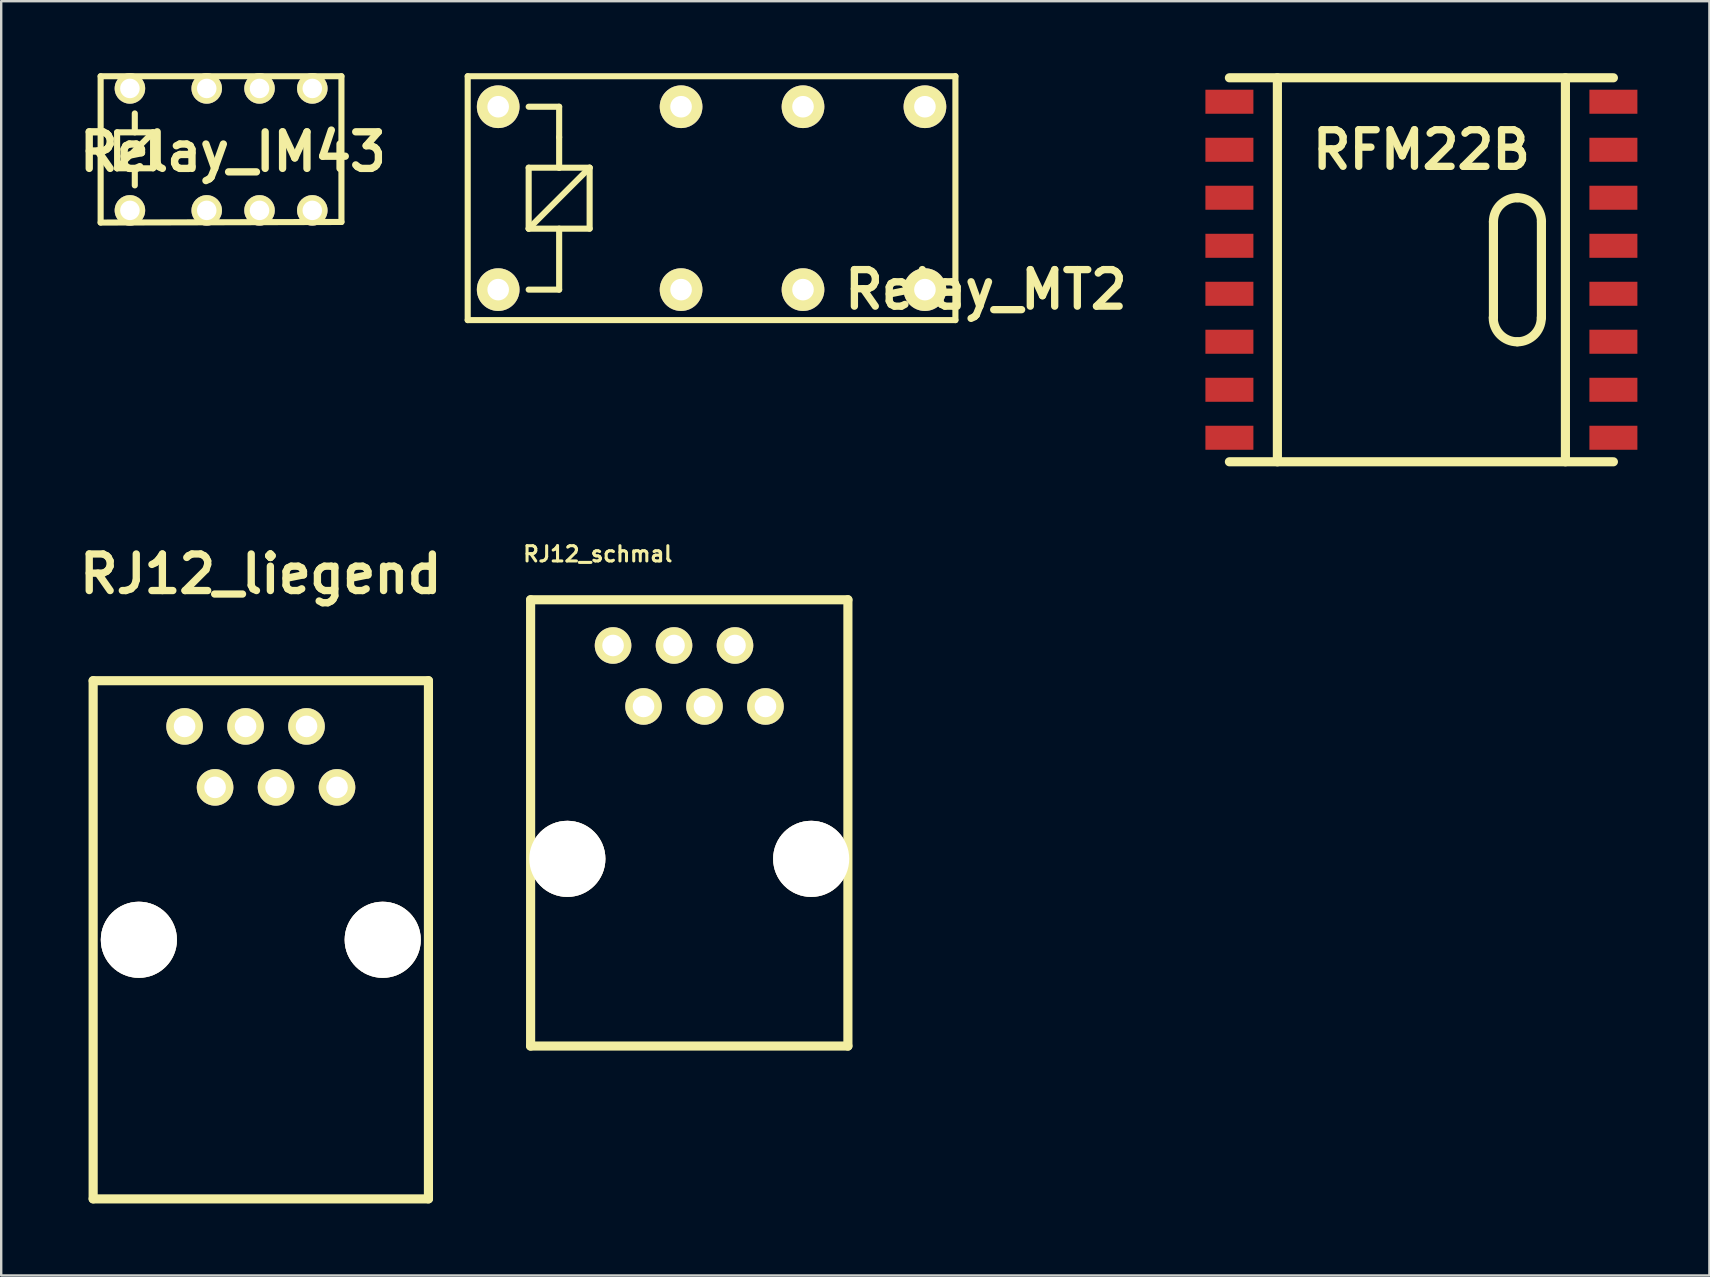
<source format=kicad_pcb>
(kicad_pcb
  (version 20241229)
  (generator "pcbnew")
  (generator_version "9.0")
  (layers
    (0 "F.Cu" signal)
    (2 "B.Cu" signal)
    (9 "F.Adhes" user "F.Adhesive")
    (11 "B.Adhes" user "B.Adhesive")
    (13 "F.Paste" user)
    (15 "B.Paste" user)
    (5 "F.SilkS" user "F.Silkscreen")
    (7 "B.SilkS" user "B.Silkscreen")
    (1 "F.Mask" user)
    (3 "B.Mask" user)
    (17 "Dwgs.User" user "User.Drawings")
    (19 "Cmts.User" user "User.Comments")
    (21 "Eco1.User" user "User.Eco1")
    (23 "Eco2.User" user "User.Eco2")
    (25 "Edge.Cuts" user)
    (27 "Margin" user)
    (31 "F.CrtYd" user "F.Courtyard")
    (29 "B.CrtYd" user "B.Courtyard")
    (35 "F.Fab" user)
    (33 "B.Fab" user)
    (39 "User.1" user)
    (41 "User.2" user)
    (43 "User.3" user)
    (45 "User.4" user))
  (footprint "RFM22B"
    (layer "F.Cu")
    (at 48.173 16.19)
    (property "Reference" "RFM22B" (at 8.001 -13 0) (layer "F.SilkS") (effects (font (size 1.524 1.524) (thickness 0.305))))
    (attr through_hole)
    (fp_line (start 0 -15.999) (end 15.999 -15.999) (stroke (width 0.381) (type solid)) (layer "F.SilkS"))
    (fp_line (start 1.999 0) (end 1.999 -15.999) (stroke (width 0.381) (type solid)) (layer "F.SilkS"))
    (fp_line (start 11.001 -10) (end 11.001 -5.999) (stroke (width 0.381) (type solid)) (layer "F.SilkS"))
    (fp_line (start 13 -10) (end 13 -5.999) (stroke (width 0.381) (type solid)) (layer "F.SilkS"))
    (fp_line (start 14 -15.999) (end 14 0) (stroke (width 0.381) (type solid)) (layer "F.SilkS"))
    (fp_line (start 15.999 0) (end 0 0) (stroke (width 0.381) (type solid)) (layer "F.SilkS"))
    (fp_arc (start 11.00074 -9.99998) (mid 11.293856 -10.707624) (end 12.0015 -11.00074) (stroke (width 0.381) (type solid)) (layer "F.SilkS"))
    (fp_arc (start 11.99388 -4.99872) (mid 11.286236 -5.291836) (end 10.99312 -5.99948) (stroke (width 0.381) (type solid)) (layer "F.SilkS"))
    (fp_arc (start 12.0015 -11.00074) (mid 12.709144 -10.707624) (end 13.00226 -9.99998) (stroke (width 0.381) (type solid)) (layer "F.SilkS"))
    (fp_arc (start 12.99464 -5.99948) (mid 12.701524 -5.291836) (end 11.99388 -4.99872) (stroke (width 0.381) (type solid)) (layer "F.SilkS"))
    (pad "1" smd rect (at 15.999 -1.001) (size 1.999 1.001) (layers "F.Cu" "F.Mask" "F.Paste"))
    (pad "2" smd rect (at 15.999 -3) (size 1.999 1.001) (layers "F.Cu" "F.Mask" "F.Paste"))
    (pad "3" smd rect (at 15.999 -5.001) (size 1.999 1.001) (layers "F.Cu" "F.Mask" "F.Paste"))
    (pad "4" smd rect (at 15.999 -7) (size 1.999 1.001) (layers "F.Cu" "F.Mask" "F.Paste"))
    (pad "5" smd rect (at 15.999 -8.999) (size 1.999 1.001) (layers "F.Cu" "F.Mask" "F.Paste"))
    (pad "6" smd rect (at 15.999 -11.001) (size 1.999 1.001) (layers "F.Cu" "F.Mask" "F.Paste"))
    (pad "7" smd rect (at 15.999 -13) (size 1.999 1.001) (layers "F.Cu" "F.Mask" "F.Paste"))
    (pad "8" smd rect (at 15.999 -15.001) (size 1.999 1.001) (layers "F.Cu" "F.Mask" "F.Paste"))
    (pad "9" smd rect (at 0 -15.001) (size 1.999 1.001) (layers "F.Cu" "F.Mask" "F.Paste"))
    (pad "10" smd rect (at 0 -13) (size 1.999 1.001) (layers "F.Cu" "F.Mask" "F.Paste"))
    (pad "11" smd rect (at 0 -11.001) (size 1.999 1.001) (layers "F.Cu" "F.Mask" "F.Paste"))
    (pad "12" smd rect (at 0 -8.999) (size 1.999 1.001) (layers "F.Cu" "F.Mask" "F.Paste"))
    (pad "13" smd rect (at 0 -7) (size 1.999 1.001) (layers "F.Cu" "F.Mask" "F.Paste"))
    (pad "14" smd rect (at 0 -5.001) (size 1.999 1.001) (layers "F.Cu" "F.Mask" "F.Paste"))
    (pad "15" smd rect (at 0 -3) (size 1.999 1.001) (layers "F.Cu" "F.Mask" "F.Paste"))
    (pad "16" smd rect (at 0 -1.001) (size 1.999 1.001) (layers "F.Cu" "F.Mask" "F.Paste")))
  (footprint "RJ12_liegend"
    (layer "F.Cu")
    (at 7.816 29.756)
    (property "Reference" "RJ12_liegend" (at 0 -8.89 0) (layer "F.SilkS") (effects (font (size 1.524 1.524) (thickness 0.305))))
    (attr through_hole)
    (fp_line (start -6.985 -4.445) (end -6.985 17.145) (stroke (width 0.381) (type solid)) (layer "F.SilkS"))
    (fp_line (start -6.985 17.145) (end 6.985 17.145) (stroke (width 0.381) (type solid)) (layer "F.SilkS"))
    (fp_line (start 6.985 -4.445) (end -6.985 -4.445) (stroke (width 0.381) (type solid)) (layer "F.SilkS"))
    (fp_line (start 6.985 17.145) (end 6.985 -4.445) (stroke (width 0.381) (type solid)) (layer "F.SilkS"))
    (pad "" thru_hole circle (at -5.08 6.35) (size 3.17 3.17) (drill 3.17) (layers "*.Cu" "*.Mask" "F.SilkS"))
    (pad "" thru_hole circle (at 5.08 6.35) (size 3.17 3.17) (drill 3.17) (layers "*.Cu" "*.Mask" "F.SilkS"))
    (pad "1" thru_hole circle (at -3.175 -2.54) (size 1.524 1.524) (drill 0.899) (layers "*.Cu" "*.Mask" "F.SilkS"))
    (pad "2" thru_hole circle (at -1.905 0) (size 1.524 1.524) (drill 0.899) (layers "*.Cu" "*.Mask" "F.SilkS"))
    (pad "3" thru_hole circle (at -0.635 -2.54) (size 1.524 1.524) (drill 0.899) (layers "*.Cu" "*.Mask" "F.SilkS"))
    (pad "4" thru_hole circle (at 0.635 0) (size 1.524 1.524) (drill 0.899) (layers "*.Cu" "*.Mask" "F.SilkS"))
    (pad "5" thru_hole circle (at 1.905 -2.54) (size 1.524 1.524) (drill 0.899) (layers "*.Cu" "*.Mask" "F.SilkS"))
    (pad "6" thru_hole circle (at 3.175 0) (size 1.524 1.524) (drill 0.899) (layers "*.Cu" "*.Mask" "F.SilkS")))
  (footprint "RJ12_schmal"
    (layer "F.Cu")
    (at 25.668 26.384)
    (property "Reference" "RJ12_schmal" (at -3.81 -6.35 0) (layer "F.SilkS") (effects (font (size 0.635 0.635) (thickness 0.127))))
    (attr through_hole)
    (fp_line (start -6.61 -4.445) (end -6.61 14.15) (stroke (width 0.381) (type solid)) (layer "F.SilkS"))
    (fp_line (start -6.61 14.15) (end 6.61 14.15) (stroke (width 0.381) (type solid)) (layer "F.SilkS"))
    (fp_line (start 6.61 -4.445) (end -6.61 -4.445) (stroke (width 0.381) (type solid)) (layer "F.SilkS"))
    (fp_line (start 6.61 14.15) (end 6.61 -4.445) (stroke (width 0.381) (type solid)) (layer "F.SilkS"))
    (pad "" thru_hole circle (at -5.08 6.35) (size 3.17 3.17) (drill 3.17) (layers "*.Cu" "*.Mask" "F.SilkS"))
    (pad "" thru_hole circle (at 5.08 6.35) (size 3.17 3.17) (drill 3.17) (layers "*.Cu" "*.Mask" "F.SilkS"))
    (pad "1" thru_hole circle (at -3.175 -2.54) (size 1.524 1.524) (drill 0.899) (layers "*.Cu" "*.Mask" "F.SilkS"))
    (pad "2" thru_hole circle (at -1.905 0) (size 1.524 1.524) (drill 0.899) (layers "*.Cu" "*.Mask" "F.SilkS"))
    (pad "3" thru_hole circle (at -0.635 -2.54) (size 1.524 1.524) (drill 0.899) (layers "*.Cu" "*.Mask" "F.SilkS"))
    (pad "4" thru_hole circle (at 0.635 0) (size 1.524 1.524) (drill 0.899) (layers "*.Cu" "*.Mask" "F.SilkS"))
    (pad "5" thru_hole circle (at 1.905 -2.54) (size 1.524 1.524) (drill 0.899) (layers "*.Cu" "*.Mask" "F.SilkS"))
    (pad "6" thru_hole circle (at 3.175 0) (size 1.524 1.524) (drill 0.899) (layers "*.Cu" "*.Mask" "F.SilkS")))
  (footprint "Relay_MT2"
    (layer "F.Cu")
    (at 26.597 5.207)
    (property "Reference" "Relay_MT2" (at 11.43 3.81 0) (layer "F.SilkS") (effects (font (size 1.524 1.524) (thickness 0.305))))
    (attr through_hole)
    (fp_line (start -10.16 -5.08) (end -10.16 5.08) (stroke (width 0.254) (type solid)) (layer "F.SilkS"))
    (fp_line (start -10.16 5.08) (end 10.16 5.08) (stroke (width 0.254) (type solid)) (layer "F.SilkS"))
    (fp_line (start -7.62 -3.81) (end -6.35 -3.81) (stroke (width 0.254) (type solid)) (layer "F.SilkS"))
    (fp_line (start -7.62 -1.27) (end -7.62 1.27) (stroke (width 0.254) (type solid)) (layer "F.SilkS"))
    (fp_line (start -7.62 1.27) (end -5.08 -1.27) (stroke (width 0.254) (type solid)) (layer "F.SilkS"))
    (fp_line (start -7.62 1.27) (end -5.08 1.27) (stroke (width 0.254) (type solid)) (layer "F.SilkS"))
    (fp_line (start -6.35 -3.81) (end -6.35 -2.54) (stroke (width 0.254) (type solid)) (layer "F.SilkS"))
    (fp_line (start -6.35 -2.54) (end -6.35 -1.27) (stroke (width 0.254) (type solid)) (layer "F.SilkS"))
    (fp_line (start -6.35 -1.27) (end -7.62 -1.27) (stroke (width 0.254) (type solid)) (layer "F.SilkS"))
    (fp_line (start -6.35 1.27) (end -6.35 3.81) (stroke (width 0.254) (type solid)) (layer "F.SilkS"))
    (fp_line (start -6.35 3.81) (end -7.62 3.81) (stroke (width 0.254) (type solid)) (layer "F.SilkS"))
    (fp_line (start -5.08 -1.27) (end -6.35 -1.27) (stroke (width 0.254) (type solid)) (layer "F.SilkS"))
    (fp_line (start -5.08 1.27) (end -5.08 -1.27) (stroke (width 0.254) (type solid)) (layer "F.SilkS"))
    (fp_line (start 10.16 -5.08) (end -10.16 -5.08) (stroke (width 0.254) (type solid)) (layer "F.SilkS"))
    (fp_line (start 10.16 5.08) (end 10.16 -5.08) (stroke (width 0.254) (type solid)) (layer "F.SilkS"))
    (pad "1" thru_hole circle (at -8.89 3.81) (size 1.778 1.778) (drill 0.899) (layers "*.Cu" "*.Mask" "F.SilkS"))
    (pad "2" thru_hole circle (at -8.89 -3.81) (size 1.778 1.778) (drill 0.899) (layers "*.Cu" "*.Mask" "F.SilkS"))
    (pad "3" thru_hole circle (at -1.27 3.81) (size 1.778 1.778) (drill 0.899) (layers "*.Cu" "*.Mask" "F.SilkS"))
    (pad "4" thru_hole circle (at 3.81 3.81) (size 1.778 1.778) (drill 0.899) (layers "*.Cu" "*.Mask" "F.SilkS"))
    (pad "5" thru_hole circle (at 8.89 3.81) (size 1.778 1.778) (drill 0.899) (layers "*.Cu" "*.Mask" "F.SilkS"))
    (pad "6" thru_hole circle (at -1.27 -3.81) (size 1.778 1.778) (drill 0.899) (layers "*.Cu" "*.Mask" "F.SilkS"))
    (pad "7" thru_hole circle (at 3.81 -3.81) (size 1.778 1.778) (drill 0.899) (layers "*.Cu" "*.Mask" "F.SilkS"))
    (pad "8" thru_hole circle (at 8.89 -3.81) (size 1.778 1.778) (drill 0.899) (layers "*.Cu" "*.Mask" "F.SilkS")))
  (footprint "Relay_IM43"
    (layer "F.Cu")
    (at 5.563 3.175)
    (property "Reference" "Relay_IM43" (at 1.092 0.102 0) (layer "F.SilkS") (effects (font (size 1.524 1.524) (thickness 0.305))))
    (attr through_hole)
    (fp_line (start -4.42 -3.048) (end 5.613 -3.048) (stroke (width 0.254) (type solid)) (layer "F.SilkS"))
    (fp_line (start -4.42 3.048) (end -4.42 -3.048) (stroke (width 0.254) (type solid)) (layer "F.SilkS"))
    (fp_line (start -3.734 -0.711) (end -2.235 -0.711) (stroke (width 0.254) (type solid)) (layer "F.SilkS"))
    (fp_line (start -3.734 0.787) (end -3.734 -0.711) (stroke (width 0.254) (type solid)) (layer "F.SilkS"))
    (fp_line (start -3.734 0.787) (end -2.235 -0.711) (stroke (width 0.254) (type solid)) (layer "F.SilkS"))
    (fp_line (start -2.997 -0.711) (end -2.997 -1.499) (stroke (width 0.254) (type solid)) (layer "F.SilkS"))
    (fp_line (start -2.997 0.787) (end -2.997 1.499) (stroke (width 0.254) (type solid)) (layer "F.SilkS"))
    (fp_line (start -2.235 -0.711) (end -2.235 0.787) (stroke (width 0.254) (type solid)) (layer "F.SilkS"))
    (fp_line (start -2.235 0.787) (end -3.734 0.787) (stroke (width 0.254) (type solid)) (layer "F.SilkS"))
    (fp_line (start 5.613 -3.048) (end 5.613 3.023) (stroke (width 0.254) (type solid)) (layer "F.SilkS"))
    (fp_line (start 5.613 3.023) (end -4.42 3.048) (stroke (width 0.254) (type solid)) (layer "F.SilkS"))
    (pad "1" thru_hole circle (at -3.2 2.54) (size 1.27 1.27) (drill 0.813) (layers "*.Cu" "*.Mask" "F.SilkS"))
    (pad "2" thru_hole circle (at -3.2 -2.54) (size 1.27 1.27) (drill 0.813) (layers "*.Cu" "*.Mask" "F.SilkS"))
    (pad "3" thru_hole circle (at 2.2 2.54) (size 1.27 1.27) (drill 0.813) (layers "*.Cu" "*.Mask" "F.SilkS"))
    (pad "4" thru_hole circle (at 0 2.54) (size 1.27 1.27) (drill 0.813) (layers "*.Cu" "*.Mask" "F.SilkS"))
    (pad "5" thru_hole circle (at 4.399 2.54) (size 1.27 1.27) (drill 0.813) (layers "*.Cu" "*.Mask" "F.SilkS"))
    (pad "6" thru_hole circle (at 2.2 -2.54) (size 1.27 1.27) (drill 0.813) (layers "*.Cu" "*.Mask" "F.SilkS"))
    (pad "7" thru_hole circle (at 0 -2.54) (size 1.27 1.27) (drill 0.813) (layers "*.Cu" "*.Mask" "F.SilkS"))
    (pad "8" thru_hole circle (at 4.399 -2.54) (size 1.27 1.27) (drill 0.813) (layers "*.Cu" "*.Mask" "F.SilkS")))
  (gr_rect
    (start -3 -3)
    (end 68.172 50.092)
    (stroke (width 0.1) (type default))
    (fill no)
    (layer "Edge.Cuts")))
</source>
